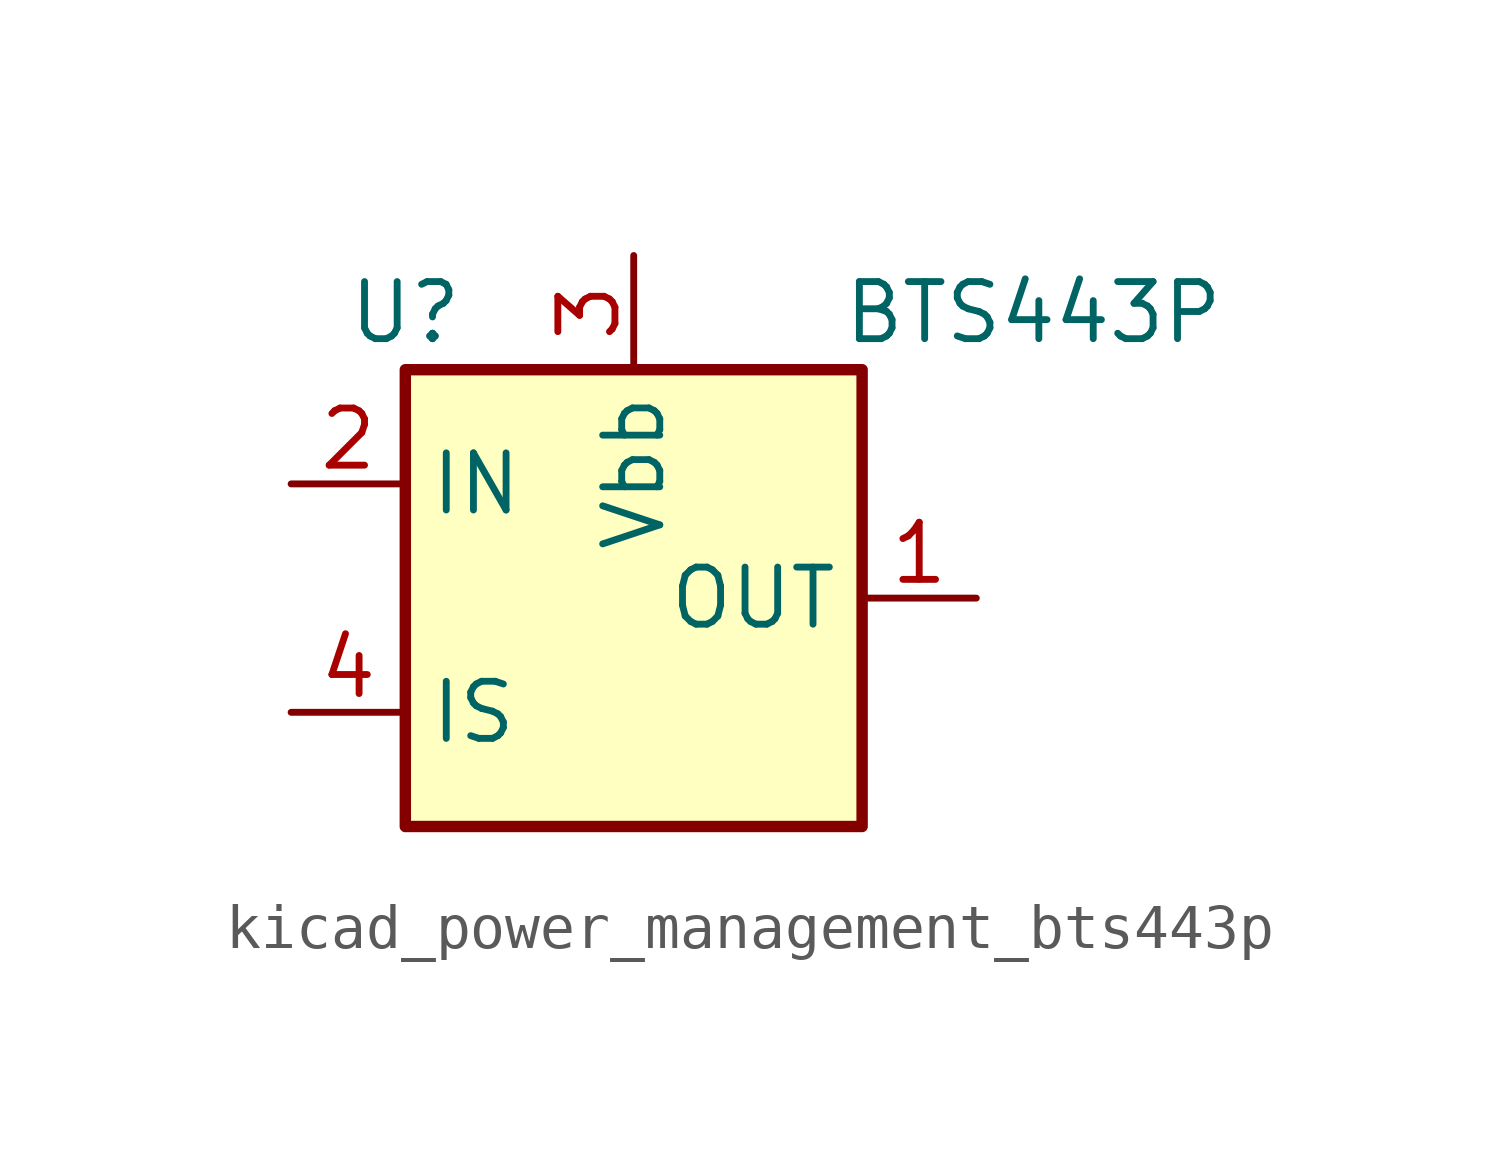
<source format=kicad_sym>
(kicad_symbol_lib
  (version 20220914)
  (generator kicad_symbol_editor)
  (symbol "kicad_power_management_bts443p"
    (property "Reference" "U"
      (at -5.08 6.35 0)
      (effects (font (size 1.27 1.27))))
    (property "Value" "BTS443P"
      (at 8.89 6.35 0)
      (effects (font (size 1.27 1.27))))
    (symbol "kicad_power_management_bts443p_0_1"
      (rectangle (start -5.08 5.08) (end 5.08 -5.08) (stroke (width 0.254) (type default)) (fill (type background))))
    (symbol "kicad_power_management_bts443p_1_1"
      (pin power_out line (at 7.62 0 180) (length 2.54) (name "OUT" (effects (font (size 1.27 1.27)))) (number "1" (effects (font (size 1.27 1.27)))))
      (pin input line (at -7.62 2.54 0) (length 2.54) (name "IN" (effects (font (size 1.27 1.27)))) (number "2" (effects (font (size 1.27 1.27)))))
      (pin power_in line (at 0 7.62 270) (length 2.54) (name "Vbb" (effects (font (size 1.27 1.27)))) (number "3" (effects (font (size 1.27 1.27)))))
      (pin output line (at -7.62 -2.54 0) (length 2.54) (name "IS" (effects (font (size 1.27 1.27)))) (number "4" (effects (font (size 1.27 1.27)))))
      (pin passive line (at 7.62 0 180) (length 2.54) hide (name "OUT" (effects (font (size 1.27 1.27)))) (number "5" (effects (font (size 1.27 1.27))))))))
</source>
